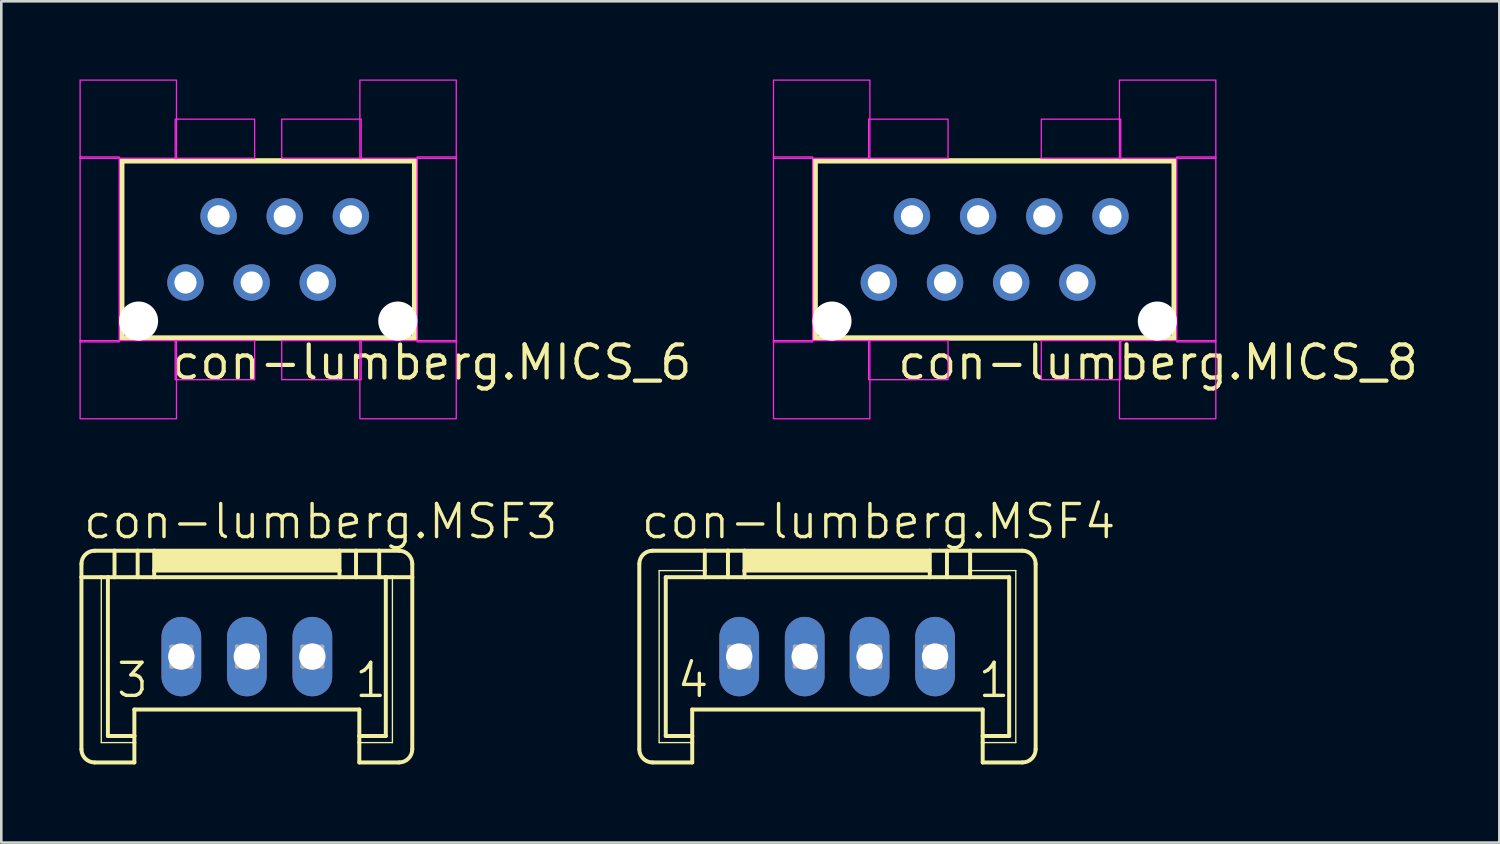
<source format=kicad_pcb>
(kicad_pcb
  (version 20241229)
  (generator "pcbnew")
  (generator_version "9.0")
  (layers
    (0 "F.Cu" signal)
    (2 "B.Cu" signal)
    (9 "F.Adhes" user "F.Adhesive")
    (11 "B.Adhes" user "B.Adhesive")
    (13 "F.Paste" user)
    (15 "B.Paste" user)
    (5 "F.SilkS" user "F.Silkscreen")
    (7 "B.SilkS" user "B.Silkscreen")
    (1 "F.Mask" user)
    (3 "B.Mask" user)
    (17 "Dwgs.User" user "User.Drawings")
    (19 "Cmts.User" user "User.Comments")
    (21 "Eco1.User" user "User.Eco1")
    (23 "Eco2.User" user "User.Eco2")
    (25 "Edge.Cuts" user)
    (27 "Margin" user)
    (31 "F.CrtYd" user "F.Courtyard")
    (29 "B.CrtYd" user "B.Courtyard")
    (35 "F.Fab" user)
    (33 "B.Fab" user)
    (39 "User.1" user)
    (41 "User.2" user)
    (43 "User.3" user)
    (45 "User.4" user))
  (footprint "con-lumberg.MSF4"
    (layer "F.Cu")
    (at 29.086 19.615)
    (property "Reference" "con-lumberg.MSF4" (at -7.595 -1.905 0) (layer "F.SilkS") (effects (font (size 1.27 1.27) (thickness 0.13)) (justify left bottom)))
    (attr through_hole)
    (fp_line (start -7.595 6.096) (end -7.595 -1.016) (stroke (width 0.152) (type default)) (layer "F.SilkS"))
    (fp_line (start -7.087 -1.524) (end -5.08 -1.524) (stroke (width 0.152) (type default)) (layer "F.SilkS"))
    (fp_line (start -6.833 -0.762) (end -5.08 -0.762) (stroke (width 0.051) (type default)) (layer "F.SilkS"))
    (fp_line (start -6.833 5.842) (end -6.833 -0.762) (stroke (width 0.051) (type default)) (layer "F.SilkS"))
    (fp_line (start -6.579 -0.508) (end -5.08 -0.508) (stroke (width 0.152) (type default)) (layer "F.SilkS"))
    (fp_line (start -6.579 5.588) (end -6.579 -0.508) (stroke (width 0.152) (type default)) (layer "F.SilkS"))
    (fp_line (start -5.563 5.588) (end -6.579 5.588) (stroke (width 0.152) (type default)) (layer "F.SilkS"))
    (fp_line (start -5.563 5.588) (end -5.563 4.572) (stroke (width 0.152) (type default)) (layer "F.SilkS"))
    (fp_line (start -5.563 5.588) (end -5.563 5.842) (stroke (width 0.152) (type default)) (layer "F.SilkS"))
    (fp_line (start -5.563 5.842) (end -6.833 5.842) (stroke (width 0.051) (type default)) (layer "F.SilkS"))
    (fp_line (start -5.563 5.842) (end -5.563 6.604) (stroke (width 0.152) (type default)) (layer "F.SilkS"))
    (fp_line (start -5.563 6.604) (end -7.087 6.604) (stroke (width 0.152) (type default)) (layer "F.SilkS"))
    (fp_line (start -5.08 -1.524) (end -5.08 -0.762) (stroke (width 0.152) (type default)) (layer "F.SilkS"))
    (fp_line (start -5.08 -1.524) (end -4.191 -1.524) (stroke (width 0.152) (type default)) (layer "F.SilkS"))
    (fp_line (start -5.08 -0.762) (end -5.08 -0.508) (stroke (width 0.152) (type default)) (layer "F.SilkS"))
    (fp_line (start -5.08 -0.508) (end -4.191 -0.508) (stroke (width 0.152) (type default)) (layer "F.SilkS"))
    (fp_line (start -4.191 -1.524) (end -4.191 -0.508) (stroke (width 0.152) (type default)) (layer "F.SilkS"))
    (fp_line (start -4.191 -1.524) (end -3.556 -1.524) (stroke (width 0.152) (type default)) (layer "F.SilkS"))
    (fp_line (start -4.191 -0.508) (end -3.556 -0.508) (stroke (width 0.152) (type default)) (layer "F.SilkS"))
    (fp_line (start -3.556 -1.524) (end -3.556 -0.762) (stroke (width 0.152) (type default)) (layer "F.SilkS"))
    (fp_line (start -3.556 -1.524) (end 3.556 -1.524) (stroke (width 0.152) (type default)) (layer "F.SilkS"))
    (fp_line (start -3.556 -0.762) (end -3.556 -0.508) (stroke (width 0.152) (type default)) (layer "F.SilkS"))
    (fp_line (start -3.556 -0.762) (end 3.556 -0.762) (stroke (width 0.152) (type default)) (layer "F.SilkS"))
    (fp_line (start -3.556 -0.508) (end 3.556 -0.508) (stroke (width 0.152) (type default)) (layer "F.SilkS"))
    (fp_line (start 3.556 -1.524) (end 3.556 -0.762) (stroke (width 0.152) (type default)) (layer "F.SilkS"))
    (fp_line (start 3.556 -1.524) (end 4.216 -1.524) (stroke (width 0.152) (type default)) (layer "F.SilkS"))
    (fp_line (start 3.556 -0.762) (end 3.556 -0.508) (stroke (width 0.152) (type default)) (layer "F.SilkS"))
    (fp_line (start 3.556 -0.508) (end 4.216 -0.508) (stroke (width 0.152) (type default)) (layer "F.SilkS"))
    (fp_line (start 4.216 -1.524) (end 4.216 -0.508) (stroke (width 0.152) (type default)) (layer "F.SilkS"))
    (fp_line (start 4.216 -1.524) (end 5.105 -1.524) (stroke (width 0.152) (type default)) (layer "F.SilkS"))
    (fp_line (start 4.216 -0.508) (end 5.105 -0.508) (stroke (width 0.152) (type default)) (layer "F.SilkS"))
    (fp_line (start 5.105 -1.524) (end 5.105 -0.762) (stroke (width 0.152) (type default)) (layer "F.SilkS"))
    (fp_line (start 5.105 -1.524) (end 7.112 -1.524) (stroke (width 0.152) (type default)) (layer "F.SilkS"))
    (fp_line (start 5.105 -0.762) (end 5.105 -0.508) (stroke (width 0.152) (type default)) (layer "F.SilkS"))
    (fp_line (start 5.105 -0.508) (end 6.604 -0.508) (stroke (width 0.152) (type default)) (layer "F.SilkS"))
    (fp_line (start 5.588 4.572) (end -5.563 4.572) (stroke (width 0.152) (type default)) (layer "F.SilkS"))
    (fp_line (start 5.588 5.588) (end 5.588 4.572) (stroke (width 0.152) (type default)) (layer "F.SilkS"))
    (fp_line (start 5.588 5.842) (end 5.588 5.588) (stroke (width 0.152) (type default)) (layer "F.SilkS"))
    (fp_line (start 5.588 6.604) (end 5.588 5.842) (stroke (width 0.152) (type default)) (layer "F.SilkS"))
    (fp_line (start 6.604 -0.508) (end 6.604 5.588) (stroke (width 0.152) (type default)) (layer "F.SilkS"))
    (fp_line (start 6.604 5.588) (end 5.588 5.588) (stroke (width 0.152) (type default)) (layer "F.SilkS"))
    (fp_line (start 6.858 -0.762) (end 5.105 -0.762) (stroke (width 0.051) (type default)) (layer "F.SilkS"))
    (fp_line (start 6.858 -0.762) (end 6.858 5.842) (stroke (width 0.051) (type default)) (layer "F.SilkS"))
    (fp_line (start 6.858 5.842) (end 5.588 5.842) (stroke (width 0.051) (type default)) (layer "F.SilkS"))
    (fp_line (start 7.112 6.604) (end 5.588 6.604) (stroke (width 0.152) (type default)) (layer "F.SilkS"))
    (fp_line (start 7.62 -1.016) (end 7.62 6.096) (stroke (width 0.152) (type default)) (layer "F.SilkS"))
    (fp_rect (start -3.556 -0.762) (end 3.556 -1.524) (stroke (width 0.05) (type default)) (fill yes) (layer "F.SilkS"))
    (fp_arc (start -7.5946 -1.016) (mid -7.44581 -1.37521) (end -7.0866 -1.524) (stroke (width 0.1524) (type default)) (layer "F.SilkS"))
    (fp_arc (start -7.0866 6.604) (mid -7.44581 6.45521) (end -7.5946 6.096) (stroke (width 0.1524) (type default)) (layer "F.SilkS"))
    (fp_arc (start 7.112 -1.524) (mid 7.47121 -1.37521) (end 7.62 -1.016) (stroke (width 0.1524) (type default)) (layer "F.SilkS"))
    (fp_arc (start 7.62 6.096) (mid 7.47121 6.45521) (end 7.112 6.604) (stroke (width 0.1524) (type default)) (layer "F.SilkS"))
    (fp_line (start -4.14 2.159) (end -4.14 2.921) (stroke (width 0.152) (type default)) (layer "F.Fab"))
    (fp_line (start -4.14 2.159) (end -3.378 2.921) (stroke (width 0.152) (type default)) (layer "F.Fab"))
    (fp_line (start -4.14 2.921) (end -3.378 2.921) (stroke (width 0.152) (type default)) (layer "F.Fab"))
    (fp_line (start -3.378 2.159) (end -4.14 2.159) (stroke (width 0.152) (type default)) (layer "F.Fab"))
    (fp_line (start -3.378 2.159) (end -4.14 2.921) (stroke (width 0.152) (type default)) (layer "F.Fab"))
    (fp_line (start -3.378 2.921) (end -3.378 2.159) (stroke (width 0.152) (type default)) (layer "F.Fab"))
    (fp_line (start -1.626 2.159) (end -1.626 2.921) (stroke (width 0.152) (type default)) (layer "F.Fab"))
    (fp_line (start -1.626 2.159) (end -0.864 2.921) (stroke (width 0.152) (type default)) (layer "F.Fab"))
    (fp_line (start -1.626 2.921) (end -0.864 2.921) (stroke (width 0.152) (type default)) (layer "F.Fab"))
    (fp_line (start -0.864 2.159) (end -1.626 2.159) (stroke (width 0.152) (type default)) (layer "F.Fab"))
    (fp_line (start -0.864 2.159) (end -1.626 2.921) (stroke (width 0.152) (type default)) (layer "F.Fab"))
    (fp_line (start -0.864 2.921) (end -0.864 2.159) (stroke (width 0.152) (type default)) (layer "F.Fab"))
    (fp_line (start 0.889 2.159) (end 0.889 2.921) (stroke (width 0.152) (type default)) (layer "F.Fab"))
    (fp_line (start 0.889 2.159) (end 1.651 2.921) (stroke (width 0.152) (type default)) (layer "F.Fab"))
    (fp_line (start 0.889 2.921) (end 1.651 2.921) (stroke (width 0.152) (type default)) (layer "F.Fab"))
    (fp_line (start 1.651 2.159) (end 0.889 2.159) (stroke (width 0.152) (type default)) (layer "F.Fab"))
    (fp_line (start 1.651 2.159) (end 0.889 2.921) (stroke (width 0.152) (type default)) (layer "F.Fab"))
    (fp_line (start 1.651 2.921) (end 1.651 2.159) (stroke (width 0.152) (type default)) (layer "F.Fab"))
    (fp_line (start 3.378 2.159) (end 3.378 2.921) (stroke (width 0.152) (type default)) (layer "F.Fab"))
    (fp_line (start 3.378 2.159) (end 4.14 2.921) (stroke (width 0.152) (type default)) (layer "F.Fab"))
    (fp_line (start 3.378 2.921) (end 4.14 2.921) (stroke (width 0.152) (type default)) (layer "F.Fab"))
    (fp_line (start 4.14 2.159) (end 3.378 2.159) (stroke (width 0.152) (type default)) (layer "F.Fab"))
    (fp_line (start 4.14 2.159) (end 3.378 2.921) (stroke (width 0.152) (type default)) (layer "F.Fab"))
    (fp_line (start 4.14 2.921) (end 4.14 2.159) (stroke (width 0.152) (type default)) (layer "F.Fab"))
    (fp_text user "4" (at -6.223 4.191 0) (layer "F.SilkS") (effects (font (size 1.27 1.27) (thickness 0.13)) (justify left bottom)))
    (fp_text user "1" (at 5.334 4.191 0) (layer "F.SilkS") (effects (font (size 1.27 1.27) (thickness 0.13)) (justify left bottom)))
    (pad "1" thru_hole oval (at 3.759 2.54 90) (size 3.048 1.524) (drill 1.016) (layers "*.Cu" "*.Mask"))
    (pad "2" thru_hole oval (at 1.245 2.54 90) (size 3.048 1.524) (drill 1.016) (layers "*.Cu" "*.Mask"))
    (pad "3" thru_hole oval (at -1.245 2.54 90) (size 3.048 1.524) (drill 1.016) (layers "*.Cu" "*.Mask"))
    (pad "4" thru_hole oval (at -3.759 2.54 90) (size 3.048 1.524) (drill 1.016) (layers "*.Cu" "*.Mask")))
  (footprint "con-lumberg.MSF3"
    (layer "F.Cu")
    (at 6.426 19.615)
    (property "Reference" "con-lumberg.MSF3" (at -6.35 -1.905 0) (layer "F.SilkS") (effects (font (size 1.27 1.27) (thickness 0.13)) (justify left bottom)))
    (attr through_hole)
    (fp_line (start -6.35 -0.508) (end -6.35 -1.016) (stroke (width 0.152) (type default)) (layer "F.SilkS"))
    (fp_line (start -6.35 6.096) (end -6.35 -0.508) (stroke (width 0.152) (type default)) (layer "F.SilkS"))
    (fp_line (start -5.842 -1.524) (end -5.08 -1.524) (stroke (width 0.152) (type default)) (layer "F.SilkS"))
    (fp_line (start -5.588 -0.508) (end -6.35 -0.508) (stroke (width 0.152) (type default)) (layer "F.SilkS"))
    (fp_line (start -5.588 5.842) (end -5.588 -0.508) (stroke (width 0.051) (type default)) (layer "F.SilkS"))
    (fp_line (start -5.334 -0.508) (end -5.588 -0.508) (stroke (width 0.152) (type default)) (layer "F.SilkS"))
    (fp_line (start -5.334 -0.508) (end -5.08 -0.508) (stroke (width 0.152) (type default)) (layer "F.SilkS"))
    (fp_line (start -5.334 5.588) (end -5.334 -0.508) (stroke (width 0.152) (type default)) (layer "F.SilkS"))
    (fp_line (start -5.08 -1.524) (end -5.08 -0.508) (stroke (width 0.152) (type default)) (layer "F.SilkS"))
    (fp_line (start -5.08 -1.524) (end -4.191 -1.524) (stroke (width 0.152) (type default)) (layer "F.SilkS"))
    (fp_line (start -5.08 -0.508) (end -4.191 -0.508) (stroke (width 0.152) (type default)) (layer "F.SilkS"))
    (fp_line (start -4.318 5.588) (end -5.334 5.588) (stroke (width 0.152) (type default)) (layer "F.SilkS"))
    (fp_line (start -4.318 5.588) (end -4.318 4.572) (stroke (width 0.152) (type default)) (layer "F.SilkS"))
    (fp_line (start -4.318 5.588) (end -4.318 5.842) (stroke (width 0.152) (type default)) (layer "F.SilkS"))
    (fp_line (start -4.318 5.842) (end -5.588 5.842) (stroke (width 0.051) (type default)) (layer "F.SilkS"))
    (fp_line (start -4.318 5.842) (end -4.318 6.604) (stroke (width 0.152) (type default)) (layer "F.SilkS"))
    (fp_line (start -4.318 6.604) (end -5.842 6.604) (stroke (width 0.152) (type default)) (layer "F.SilkS"))
    (fp_line (start -4.191 -1.524) (end -4.191 -0.508) (stroke (width 0.152) (type default)) (layer "F.SilkS"))
    (fp_line (start -4.191 -1.524) (end -3.556 -1.524) (stroke (width 0.152) (type default)) (layer "F.SilkS"))
    (fp_line (start -4.191 -0.508) (end -3.556 -0.508) (stroke (width 0.152) (type default)) (layer "F.SilkS"))
    (fp_line (start -3.556 -1.524) (end -3.556 -0.762) (stroke (width 0.152) (type default)) (layer "F.SilkS"))
    (fp_line (start -3.556 -1.524) (end 3.556 -1.524) (stroke (width 0.152) (type default)) (layer "F.SilkS"))
    (fp_line (start -3.556 -0.762) (end -3.556 -0.508) (stroke (width 0.152) (type default)) (layer "F.SilkS"))
    (fp_line (start -3.556 -0.762) (end 3.556 -0.762) (stroke (width 0.152) (type default)) (layer "F.SilkS"))
    (fp_line (start -3.556 -0.508) (end 3.556 -0.508) (stroke (width 0.152) (type default)) (layer "F.SilkS"))
    (fp_line (start 3.556 -1.524) (end 3.556 -0.762) (stroke (width 0.152) (type default)) (layer "F.SilkS"))
    (fp_line (start 3.556 -1.524) (end 4.191 -1.524) (stroke (width 0.152) (type default)) (layer "F.SilkS"))
    (fp_line (start 3.556 -0.762) (end 3.556 -0.508) (stroke (width 0.152) (type default)) (layer "F.SilkS"))
    (fp_line (start 3.556 -0.508) (end 4.191 -0.508) (stroke (width 0.152) (type default)) (layer "F.SilkS"))
    (fp_line (start 4.191 -1.524) (end 4.191 -0.508) (stroke (width 0.152) (type default)) (layer "F.SilkS"))
    (fp_line (start 4.191 -1.524) (end 5.08 -1.524) (stroke (width 0.152) (type default)) (layer "F.SilkS"))
    (fp_line (start 4.191 -0.508) (end 5.08 -0.508) (stroke (width 0.152) (type default)) (layer "F.SilkS"))
    (fp_line (start 4.318 4.572) (end -4.318 4.572) (stroke (width 0.152) (type default)) (layer "F.SilkS"))
    (fp_line (start 4.318 5.588) (end 4.318 4.572) (stroke (width 0.152) (type default)) (layer "F.SilkS"))
    (fp_line (start 4.318 5.842) (end 4.318 5.588) (stroke (width 0.152) (type default)) (layer "F.SilkS"))
    (fp_line (start 4.318 6.604) (end 4.318 5.842) (stroke (width 0.152) (type default)) (layer "F.SilkS"))
    (fp_line (start 5.08 -1.524) (end 5.08 -0.508) (stroke (width 0.152) (type default)) (layer "F.SilkS"))
    (fp_line (start 5.08 -1.524) (end 5.842 -1.524) (stroke (width 0.152) (type default)) (layer "F.SilkS"))
    (fp_line (start 5.08 -0.508) (end 5.334 -0.508) (stroke (width 0.152) (type default)) (layer "F.SilkS"))
    (fp_line (start 5.334 -0.508) (end 5.334 5.588) (stroke (width 0.152) (type default)) (layer "F.SilkS"))
    (fp_line (start 5.334 5.588) (end 4.318 5.588) (stroke (width 0.152) (type default)) (layer "F.SilkS"))
    (fp_line (start 5.588 -0.508) (end 5.334 -0.508) (stroke (width 0.152) (type default)) (layer "F.SilkS"))
    (fp_line (start 5.588 -0.508) (end 5.588 5.842) (stroke (width 0.051) (type default)) (layer "F.SilkS"))
    (fp_line (start 5.588 5.842) (end 4.318 5.842) (stroke (width 0.051) (type default)) (layer "F.SilkS"))
    (fp_line (start 5.842 6.604) (end 4.318 6.604) (stroke (width 0.152) (type default)) (layer "F.SilkS"))
    (fp_line (start 6.35 -1.016) (end 6.35 -0.508) (stroke (width 0.152) (type default)) (layer "F.SilkS"))
    (fp_line (start 6.35 -0.508) (end 5.588 -0.508) (stroke (width 0.152) (type default)) (layer "F.SilkS"))
    (fp_line (start 6.35 6.096) (end 6.35 -0.508) (stroke (width 0.152) (type default)) (layer "F.SilkS"))
    (fp_rect (start -3.556 -0.762) (end 3.556 -1.524) (stroke (width 0.05) (type default)) (fill yes) (layer "F.SilkS"))
    (fp_arc (start -6.35 -1.016) (mid -6.20121 -1.37521) (end -5.842 -1.524) (stroke (width 0.1524) (type default)) (layer "F.SilkS"))
    (fp_arc (start -5.842 6.604) (mid -6.20121 6.45521) (end -6.35 6.096) (stroke (width 0.1524) (type default)) (layer "F.SilkS"))
    (fp_arc (start 5.842 -1.524) (mid 6.20121 -1.37521) (end 6.35 -1.016) (stroke (width 0.1524) (type default)) (layer "F.SilkS"))
    (fp_arc (start 6.35 6.096) (mid 6.20121 6.45521) (end 5.842 6.604) (stroke (width 0.1524) (type default)) (layer "F.SilkS"))
    (fp_line (start -2.896 2.159) (end -2.896 2.921) (stroke (width 0.152) (type default)) (layer "F.Fab"))
    (fp_line (start -2.896 2.159) (end -2.134 2.921) (stroke (width 0.152) (type default)) (layer "F.Fab"))
    (fp_line (start -2.896 2.921) (end -2.134 2.921) (stroke (width 0.152) (type default)) (layer "F.Fab"))
    (fp_line (start -2.134 2.159) (end -2.896 2.159) (stroke (width 0.152) (type default)) (layer "F.Fab"))
    (fp_line (start -2.134 2.159) (end -2.896 2.921) (stroke (width 0.152) (type default)) (layer "F.Fab"))
    (fp_line (start -2.134 2.921) (end -2.134 2.159) (stroke (width 0.152) (type default)) (layer "F.Fab"))
    (fp_line (start -0.381 2.159) (end -0.381 2.921) (stroke (width 0.152) (type default)) (layer "F.Fab"))
    (fp_line (start -0.381 2.159) (end 0.381 2.921) (stroke (width 0.152) (type default)) (layer "F.Fab"))
    (fp_line (start -0.381 2.921) (end 0.381 2.921) (stroke (width 0.152) (type default)) (layer "F.Fab"))
    (fp_line (start 0.381 2.159) (end -0.381 2.159) (stroke (width 0.152) (type default)) (layer "F.Fab"))
    (fp_line (start 0.381 2.159) (end -0.381 2.921) (stroke (width 0.152) (type default)) (layer "F.Fab"))
    (fp_line (start 0.381 2.921) (end 0.381 2.159) (stroke (width 0.152) (type default)) (layer "F.Fab"))
    (fp_line (start 2.134 2.159) (end 2.134 2.921) (stroke (width 0.152) (type default)) (layer "F.Fab"))
    (fp_line (start 2.134 2.159) (end 2.896 2.921) (stroke (width 0.152) (type default)) (layer "F.Fab"))
    (fp_line (start 2.134 2.921) (end 2.896 2.921) (stroke (width 0.152) (type default)) (layer "F.Fab"))
    (fp_line (start 2.896 2.159) (end 2.134 2.159) (stroke (width 0.152) (type default)) (layer "F.Fab"))
    (fp_line (start 2.896 2.159) (end 2.134 2.921) (stroke (width 0.152) (type default)) (layer "F.Fab"))
    (fp_line (start 2.896 2.921) (end 2.896 2.159) (stroke (width 0.152) (type default)) (layer "F.Fab"))
    (fp_text user "3" (at -5.08 4.191 0) (layer "F.SilkS") (effects (font (size 1.27 1.27) (thickness 0.13)) (justify left bottom)))
    (fp_text user "1" (at 4.064 4.191 0) (layer "F.SilkS") (effects (font (size 1.27 1.27) (thickness 0.13)) (justify left bottom)))
    (pad "1" thru_hole oval (at 2.515 2.54 90) (size 3.048 1.524) (drill 1.016) (layers "*.Cu" "*.Mask"))
    (pad "2" thru_hole oval (at 0 2.54 90) (size 3.048 1.524) (drill 1.016) (layers "*.Cu" "*.Mask"))
    (pad "3" thru_hole oval (at -2.515 2.54 90) (size 3.048 1.524) (drill 1.016) (layers "*.Cu" "*.Mask")))
  (footprint "con-lumberg.MICS_6"
    (layer "F.Cu")
    (at 7.245 6.525)
    (property "Reference" "con-lumberg.MICS_6" (at -3.81 5.08 0) (layer "F.SilkS") (effects (font (size 1.27 1.27) (thickness 0.16)) (justify left bottom)))
    (attr through_hole)
    (fp_line (start -5.62 -3.4) (end 5.62 -3.4) (stroke (width 0.203) (type default)) (layer "F.SilkS"))
    (fp_line (start -5.62 3.4) (end -5.62 -3.4) (stroke (width 0.203) (type default)) (layer "F.SilkS"))
    (fp_line (start 5.62 -3.4) (end 5.62 3.4) (stroke (width 0.203) (type default)) (layer "F.SilkS"))
    (fp_line (start 5.62 3.4) (end -5.62 3.4) (stroke (width 0.203) (type default)) (layer "F.SilkS"))
    (fp_rect (start -7.22 -3.5) (end -3.52 -6.5) (stroke (width 0.05) (type default)) (fill no) (layer "F.CrtYd"))
    (fp_rect (start -7.22 3.55) (end -5.72 -3.55) (stroke (width 0.05) (type default)) (fill no) (layer "F.CrtYd"))
    (fp_rect (start -7.22 6.5) (end -3.52 3.5) (stroke (width 0.05) (type default)) (fill no) (layer "F.CrtYd"))
    (fp_rect (start -3.57 -3.5) (end -0.52 -5) (stroke (width 0.05) (type default)) (fill no) (layer "F.CrtYd"))
    (fp_rect (start -3.57 5) (end -0.52 3.5) (stroke (width 0.05) (type default)) (fill no) (layer "F.CrtYd"))
    (fp_rect (start 0.52 -3.5) (end 3.57 -5) (stroke (width 0.05) (type default)) (fill no) (layer "F.CrtYd"))
    (fp_rect (start 0.52 5) (end 3.57 3.5) (stroke (width 0.05) (type default)) (fill no) (layer "F.CrtYd"))
    (fp_rect (start 3.52 -3.5) (end 7.22 -6.5) (stroke (width 0.05) (type default)) (fill no) (layer "F.CrtYd"))
    (fp_rect (start 3.52 6.5) (end 7.22 3.5) (stroke (width 0.05) (type default)) (fill no) (layer "F.CrtYd"))
    (fp_rect (start 5.72 3.55) (end 7.22 -3.55) (stroke (width 0.05) (type default)) (fill no) (layer "F.CrtYd"))
    (pad "" np_thru_hole circle (at -4.975 2.75) (size 1.5 1.5) (drill 1.5) (layers "*.Cu" "*.Mask"))
    (pad "" np_thru_hole circle (at 4.975 2.75) (size 1.5 1.5) (drill 1.5) (layers "*.Cu" "*.Mask"))
    (pad "1" thru_hole circle (at -3.175 1.27) (size 1.397 1.397) (drill 0.85) (layers "*.Cu" "*.Mask"))
    (pad "2" thru_hole circle (at -1.905 -1.27) (size 1.397 1.397) (drill 0.85) (layers "*.Cu" "*.Mask"))
    (pad "3" thru_hole circle (at -0.635 1.27) (size 1.397 1.397) (drill 0.85) (layers "*.Cu" "*.Mask"))
    (pad "4" thru_hole circle (at 0.635 -1.27) (size 1.397 1.397) (drill 0.85) (layers "*.Cu" "*.Mask"))
    (pad "5" thru_hole circle (at 1.905 1.27) (size 1.397 1.397) (drill 0.85) (layers "*.Cu" "*.Mask"))
    (pad "6" thru_hole circle (at 3.175 -1.27) (size 1.397 1.397) (drill 0.85) (layers "*.Cu" "*.Mask")))
  (footprint "con-lumberg.MICS_8"
    (layer "F.Cu")
    (at 35.133 6.525)
    (property "Reference" "con-lumberg.MICS_8" (at -3.81 5.08 0) (layer "F.SilkS") (effects (font (size 1.27 1.27) (thickness 0.16)) (justify left bottom)))
    (attr through_hole)
    (fp_line (start -6.89 -3.4) (end 6.89 -3.4) (stroke (width 0.203) (type default)) (layer "F.SilkS"))
    (fp_line (start -6.89 3.4) (end -6.89 -3.4) (stroke (width 0.203) (type default)) (layer "F.SilkS"))
    (fp_line (start 6.89 -3.4) (end 6.89 3.4) (stroke (width 0.203) (type default)) (layer "F.SilkS"))
    (fp_line (start 6.89 3.4) (end -6.89 3.4) (stroke (width 0.203) (type default)) (layer "F.SilkS"))
    (fp_rect (start -8.49 -3.5) (end -4.79 -6.5) (stroke (width 0.05) (type default)) (fill no) (layer "F.CrtYd"))
    (fp_rect (start -8.49 3.55) (end -6.99 -3.55) (stroke (width 0.05) (type default)) (fill no) (layer "F.CrtYd"))
    (fp_rect (start -8.49 6.5) (end -4.79 3.5) (stroke (width 0.05) (type default)) (fill no) (layer "F.CrtYd"))
    (fp_rect (start -4.84 -3.5) (end -1.79 -5) (stroke (width 0.05) (type default)) (fill no) (layer "F.CrtYd"))
    (fp_rect (start -4.84 5) (end -1.79 3.5) (stroke (width 0.05) (type default)) (fill no) (layer "F.CrtYd"))
    (fp_rect (start 1.79 -3.5) (end 4.84 -5) (stroke (width 0.05) (type default)) (fill no) (layer "F.CrtYd"))
    (fp_rect (start 1.79 5) (end 4.84 3.5) (stroke (width 0.05) (type default)) (fill no) (layer "F.CrtYd"))
    (fp_rect (start 4.79 -3.5) (end 8.49 -6.5) (stroke (width 0.05) (type default)) (fill no) (layer "F.CrtYd"))
    (fp_rect (start 4.79 6.5) (end 8.49 3.5) (stroke (width 0.05) (type default)) (fill no) (layer "F.CrtYd"))
    (fp_rect (start 6.99 3.55) (end 8.49 -3.55) (stroke (width 0.05) (type default)) (fill no) (layer "F.CrtYd"))
    (pad "" np_thru_hole circle (at -6.245 2.75) (size 1.5 1.5) (drill 1.5) (layers "*.Cu" "*.Mask"))
    (pad "" np_thru_hole circle (at 6.245 2.75) (size 1.5 1.5) (drill 1.5) (layers "*.Cu" "*.Mask"))
    (pad "1" thru_hole circle (at -4.445 1.27) (size 1.397 1.397) (drill 0.85) (layers "*.Cu" "*.Mask"))
    (pad "2" thru_hole circle (at -3.175 -1.27) (size 1.397 1.397) (drill 0.85) (layers "*.Cu" "*.Mask"))
    (pad "3" thru_hole circle (at -1.905 1.27) (size 1.397 1.397) (drill 0.85) (layers "*.Cu" "*.Mask"))
    (pad "4" thru_hole circle (at -0.635 -1.27) (size 1.397 1.397) (drill 0.85) (layers "*.Cu" "*.Mask"))
    (pad "5" thru_hole circle (at 0.635 1.27) (size 1.397 1.397) (drill 0.85) (layers "*.Cu" "*.Mask"))
    (pad "6" thru_hole circle (at 1.905 -1.27) (size 1.397 1.397) (drill 0.85) (layers "*.Cu" "*.Mask"))
    (pad "7" thru_hole circle (at 3.175 1.27) (size 1.397 1.397) (drill 0.85) (layers "*.Cu" "*.Mask"))
    (pad "8" thru_hole circle (at 4.445 -1.27) (size 1.397 1.397) (drill 0.85) (layers "*.Cu" "*.Mask")))
  (gr_rect
    (start -3 -3)
    (end 54.506 29.295)
    (stroke (width 0.1) (type default))
    (fill no)
    (layer "Edge.Cuts")))
</source>
